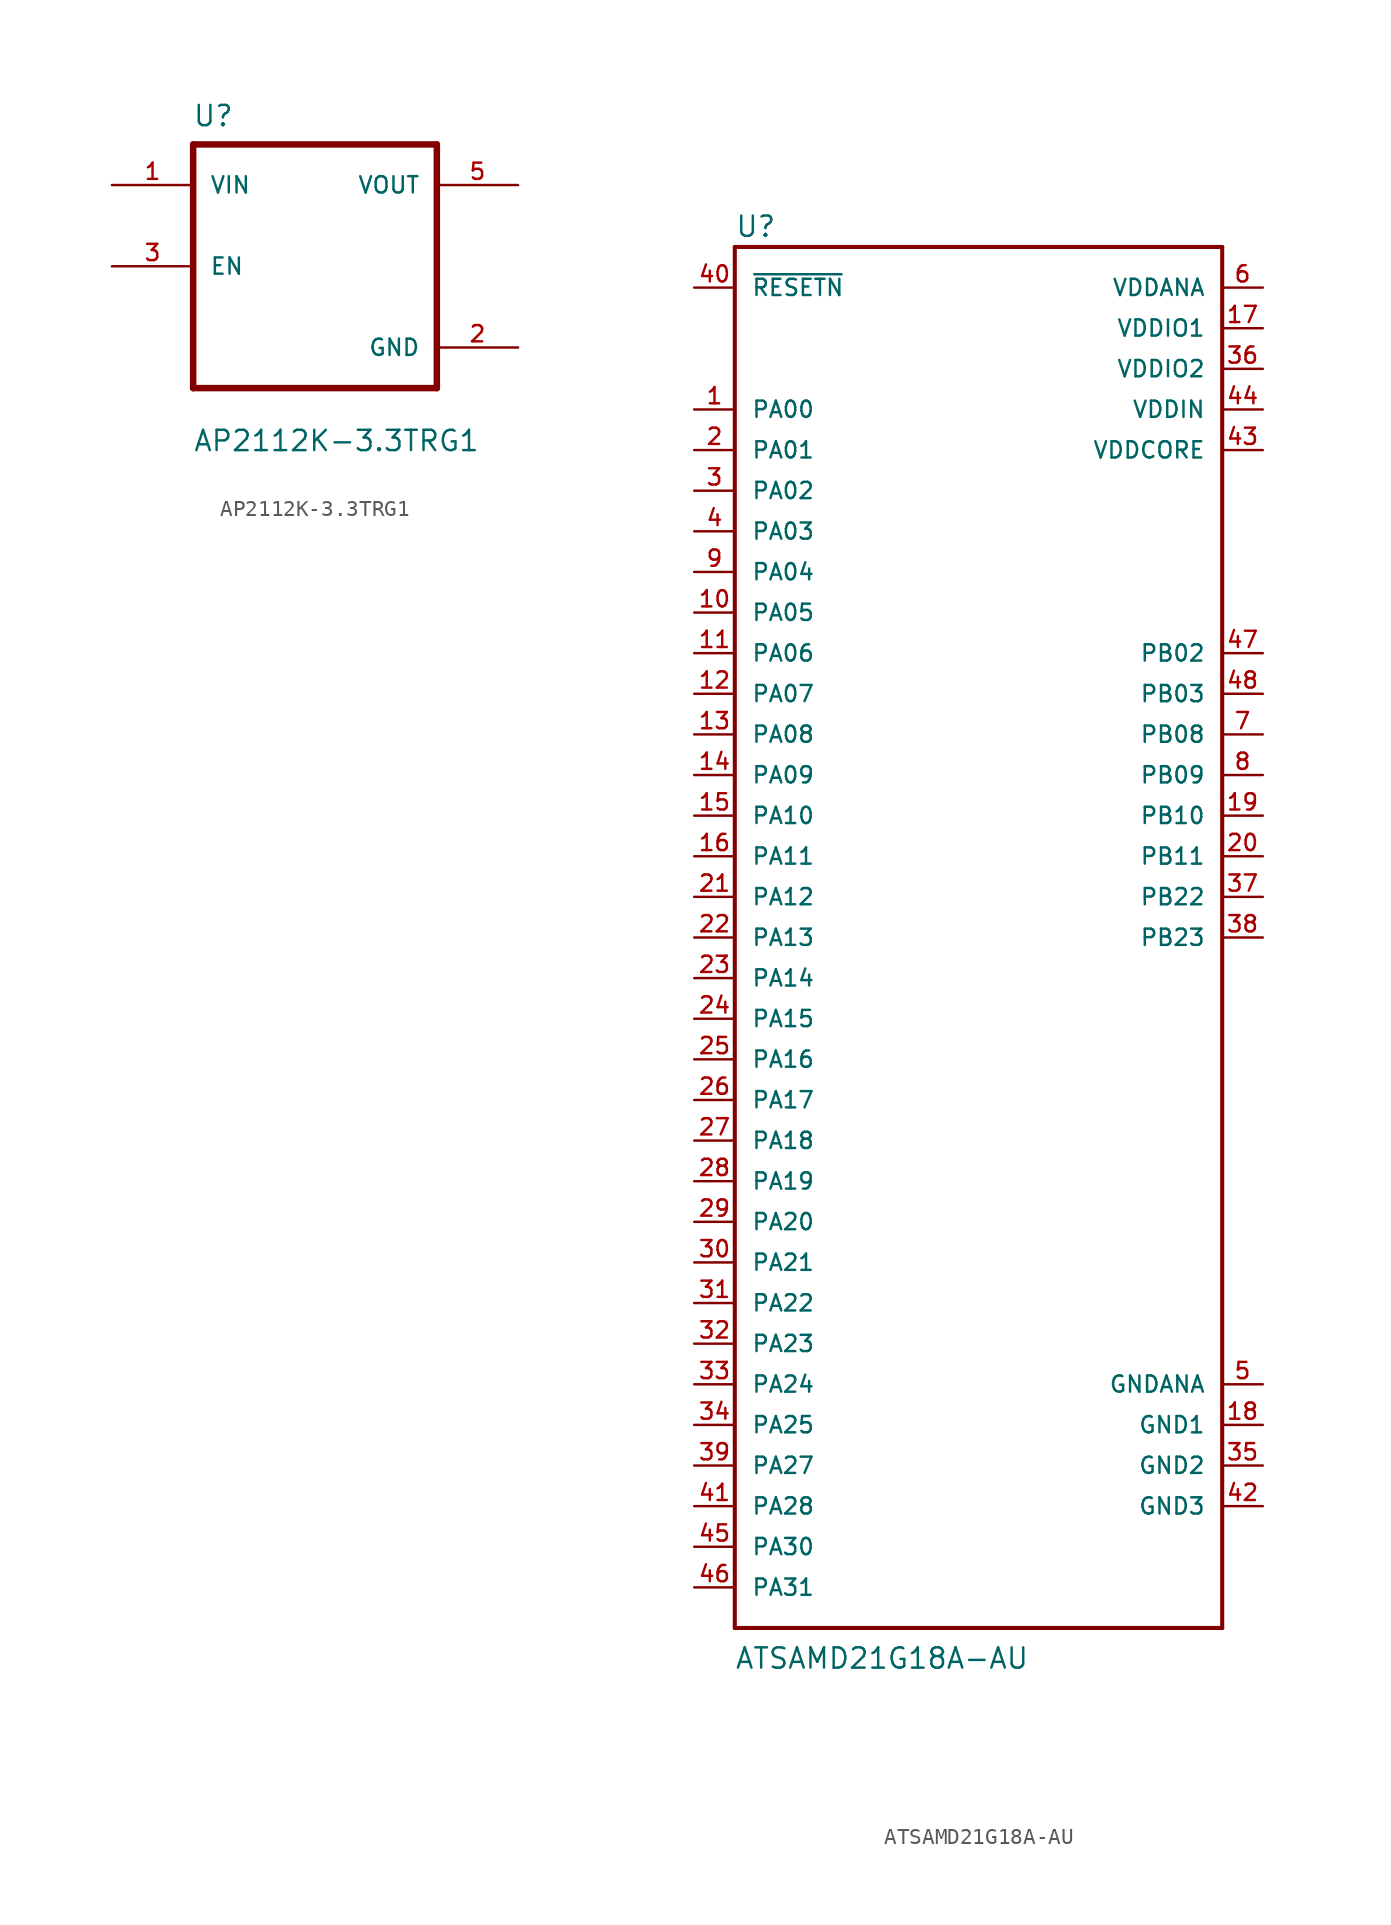
<source format=kicad_sym>
(kicad_symbol_lib
  (version 20211014)
  (generator kicad_symbol_editor)
  (symbol "AP2112K-3.3TRG1"
    (pin_names
      (offset 1.016))
    (property "Reference" "U"
      (at -7.671 8.661 0)
      (effects (font (size 1.27 1.27)) (justify left bottom)))
    (property "Value" "AP2112K-3.3TRG1"
      (at -7.645 -11.659 0)
      (effects (font (size 1.27 1.27)) (justify left bottom)))
    (property "ki_locked" ""
      (at 0 0 0)
      (effects (font (size 1.27 1.27))))
    (symbol "AP2112K-3.3TRG1_0_0"
      (polyline (pts (xy -7.62 -7.62) (xy -7.62 7.62)) (stroke (width 0.406) (type default) (color 0 0 0 0)) (fill (type none)))
      (polyline (pts (xy -7.62 7.62) (xy 7.62 7.62)) (stroke (width 0.406) (type default) (color 0 0 0 0)) (fill (type none)))
      (polyline (pts (xy 7.62 -7.62) (xy -7.62 -7.62)) (stroke (width 0.406) (type default) (color 0 0 0 0)) (fill (type none)))
      (polyline (pts (xy 7.62 7.62) (xy 7.62 -7.62)) (stroke (width 0.406) (type default) (color 0 0 0 0)) (fill (type none)))
      (pin power_in line (at -12.7 5.08 0) (length 5.08) (name "VIN" (effects (font (size 1.016 1.016)))) (number "1" (effects (font (size 1.016 1.016)))))
      (pin power_in line (at 12.7 -5.08 180) (length 5.08) (name "GND" (effects (font (size 1.016 1.016)))) (number "2" (effects (font (size 1.016 1.016)))))
      (pin input line (at -12.7 0 0) (length 5.08) (name "EN" (effects (font (size 1.016 1.016)))) (number "3" (effects (font (size 1.016 1.016)))))
      (pin power_in line (at 12.7 5.08 180) (length 5.08) (name "VOUT" (effects (font (size 1.016 1.016)))) (number "5" (effects (font (size 1.016 1.016)))))))
  (symbol "ATSAMD21G18A-AU"
    (pin_names
      (offset 1.016))
    (property "Reference" "U"
      (at -15.24 43.713 0)
      (effects (font (size 1.27 1.27)) (justify left bottom)))
    (property "Value" "ATSAMD21G18A-AU"
      (at -15.265 -45.822 0)
      (effects (font (size 1.27 1.27)) (justify left bottom)))
    (property "ki_locked" ""
      (at 0 0 0)
      (effects (font (size 1.27 1.27))))
    (symbol "ATSAMD21G18A-AU_0_0"
      (polyline (pts (xy -15.24 -43.18) (xy -15.24 43.18)) (stroke (width 0.254) (type default) (color 0 0 0 0)) (fill (type none)))
      (polyline (pts (xy -15.24 43.18) (xy 15.24 43.18)) (stroke (width 0.254) (type default) (color 0 0 0 0)) (fill (type none)))
      (polyline (pts (xy 15.24 -43.18) (xy -15.24 -43.18)) (stroke (width 0.254) (type default) (color 0 0 0 0)) (fill (type none)))
      (polyline (pts (xy 15.24 43.18) (xy 15.24 -43.18)) (stroke (width 0.254) (type default) (color 0 0 0 0)) (fill (type none)))
      (pin bidirectional line (at -17.78 33.02 0) (length 2.54) (name "PA00" (effects (font (size 1.016 1.016)))) (number "1" (effects (font (size 1.016 1.016)))))
      (pin bidirectional line (at -17.78 20.32 0) (length 2.54) (name "PA05" (effects (font (size 1.016 1.016)))) (number "10" (effects (font (size 1.016 1.016)))))
      (pin bidirectional line (at -17.78 17.78 0) (length 2.54) (name "PA06" (effects (font (size 1.016 1.016)))) (number "11" (effects (font (size 1.016 1.016)))))
      (pin bidirectional line (at -17.78 15.24 0) (length 2.54) (name "PA07" (effects (font (size 1.016 1.016)))) (number "12" (effects (font (size 1.016 1.016)))))
      (pin bidirectional line (at -17.78 12.7 0) (length 2.54) (name "PA08" (effects (font (size 1.016 1.016)))) (number "13" (effects (font (size 1.016 1.016)))))
      (pin bidirectional line (at -17.78 10.16 0) (length 2.54) (name "PA09" (effects (font (size 1.016 1.016)))) (number "14" (effects (font (size 1.016 1.016)))))
      (pin bidirectional line (at -17.78 7.62 0) (length 2.54) (name "PA10" (effects (font (size 1.016 1.016)))) (number "15" (effects (font (size 1.016 1.016)))))
      (pin bidirectional line (at -17.78 5.08 0) (length 2.54) (name "PA11" (effects (font (size 1.016 1.016)))) (number "16" (effects (font (size 1.016 1.016)))))
      (pin power_in line (at 17.78 38.1 180) (length 2.54) (name "VDDIO1" (effects (font (size 1.016 1.016)))) (number "17" (effects (font (size 1.016 1.016)))))
      (pin power_in line (at 17.78 -30.48 180) (length 2.54) (name "GND1" (effects (font (size 1.016 1.016)))) (number "18" (effects (font (size 1.016 1.016)))))
      (pin bidirectional line (at 17.78 7.62 180) (length 2.54) (name "PB10" (effects (font (size 1.016 1.016)))) (number "19" (effects (font (size 1.016 1.016)))))
      (pin bidirectional line (at -17.78 30.48 0) (length 2.54) (name "PA01" (effects (font (size 1.016 1.016)))) (number "2" (effects (font (size 1.016 1.016)))))
      (pin bidirectional line (at 17.78 5.08 180) (length 2.54) (name "PB11" (effects (font (size 1.016 1.016)))) (number "20" (effects (font (size 1.016 1.016)))))
      (pin bidirectional line (at -17.78 2.54 0) (length 2.54) (name "PA12" (effects (font (size 1.016 1.016)))) (number "21" (effects (font (size 1.016 1.016)))))
      (pin bidirectional line (at -17.78 0 0) (length 2.54) (name "PA13" (effects (font (size 1.016 1.016)))) (number "22" (effects (font (size 1.016 1.016)))))
      (pin bidirectional line (at -17.78 -2.54 0) (length 2.54) (name "PA14" (effects (font (size 1.016 1.016)))) (number "23" (effects (font (size 1.016 1.016)))))
      (pin bidirectional line (at -17.78 -5.08 0) (length 2.54) (name "PA15" (effects (font (size 1.016 1.016)))) (number "24" (effects (font (size 1.016 1.016)))))
      (pin bidirectional line (at -17.78 -7.62 0) (length 2.54) (name "PA16" (effects (font (size 1.016 1.016)))) (number "25" (effects (font (size 1.016 1.016)))))
      (pin bidirectional line (at -17.78 -10.16 0) (length 2.54) (name "PA17" (effects (font (size 1.016 1.016)))) (number "26" (effects (font (size 1.016 1.016)))))
      (pin bidirectional line (at -17.78 -12.7 0) (length 2.54) (name "PA18" (effects (font (size 1.016 1.016)))) (number "27" (effects (font (size 1.016 1.016)))))
      (pin bidirectional line (at -17.78 -15.24 0) (length 2.54) (name "PA19" (effects (font (size 1.016 1.016)))) (number "28" (effects (font (size 1.016 1.016)))))
      (pin bidirectional line (at -17.78 -17.78 0) (length 2.54) (name "PA20" (effects (font (size 1.016 1.016)))) (number "29" (effects (font (size 1.016 1.016)))))
      (pin bidirectional line (at -17.78 27.94 0) (length 2.54) (name "PA02" (effects (font (size 1.016 1.016)))) (number "3" (effects (font (size 1.016 1.016)))))
      (pin bidirectional line (at -17.78 -20.32 0) (length 2.54) (name "PA21" (effects (font (size 1.016 1.016)))) (number "30" (effects (font (size 1.016 1.016)))))
      (pin bidirectional line (at -17.78 -22.86 0) (length 2.54) (name "PA22" (effects (font (size 1.016 1.016)))) (number "31" (effects (font (size 1.016 1.016)))))
      (pin bidirectional line (at -17.78 -25.4 0) (length 2.54) (name "PA23" (effects (font (size 1.016 1.016)))) (number "32" (effects (font (size 1.016 1.016)))))
      (pin bidirectional line (at -17.78 -27.94 0) (length 2.54) (name "PA24" (effects (font (size 1.016 1.016)))) (number "33" (effects (font (size 1.016 1.016)))))
      (pin bidirectional line (at -17.78 -30.48 0) (length 2.54) (name "PA25" (effects (font (size 1.016 1.016)))) (number "34" (effects (font (size 1.016 1.016)))))
      (pin power_in line (at 17.78 -33.02 180) (length 2.54) (name "GND2" (effects (font (size 1.016 1.016)))) (number "35" (effects (font (size 1.016 1.016)))))
      (pin power_in line (at 17.78 35.56 180) (length 2.54) (name "VDDIO2" (effects (font (size 1.016 1.016)))) (number "36" (effects (font (size 1.016 1.016)))))
      (pin bidirectional line (at 17.78 2.54 180) (length 2.54) (name "PB22" (effects (font (size 1.016 1.016)))) (number "37" (effects (font (size 1.016 1.016)))))
      (pin bidirectional line (at 17.78 0 180) (length 2.54) (name "PB23" (effects (font (size 1.016 1.016)))) (number "38" (effects (font (size 1.016 1.016)))))
      (pin bidirectional line (at -17.78 -33.02 0) (length 2.54) (name "PA27" (effects (font (size 1.016 1.016)))) (number "39" (effects (font (size 1.016 1.016)))))
      (pin bidirectional line (at -17.78 25.4 0) (length 2.54) (name "PA03" (effects (font (size 1.016 1.016)))) (number "4" (effects (font (size 1.016 1.016)))))
      (pin input line (at -17.78 40.64 0) (length 2.54) (name "~{RESETN}" (effects (font (size 1.016 1.016)))) (number "40" (effects (font (size 1.016 1.016)))))
      (pin bidirectional line (at -17.78 -35.56 0) (length 2.54) (name "PA28" (effects (font (size 1.016 1.016)))) (number "41" (effects (font (size 1.016 1.016)))))
      (pin power_in line (at 17.78 -35.56 180) (length 2.54) (name "GND3" (effects (font (size 1.016 1.016)))) (number "42" (effects (font (size 1.016 1.016)))))
      (pin power_in line (at 17.78 30.48 180) (length 2.54) (name "VDDCORE" (effects (font (size 1.016 1.016)))) (number "43" (effects (font (size 1.016 1.016)))))
      (pin power_in line (at 17.78 33.02 180) (length 2.54) (name "VDDIN" (effects (font (size 1.016 1.016)))) (number "44" (effects (font (size 1.016 1.016)))))
      (pin bidirectional line (at -17.78 -38.1 0) (length 2.54) (name "PA30" (effects (font (size 1.016 1.016)))) (number "45" (effects (font (size 1.016 1.016)))))
      (pin bidirectional line (at -17.78 -40.64 0) (length 2.54) (name "PA31" (effects (font (size 1.016 1.016)))) (number "46" (effects (font (size 1.016 1.016)))))
      (pin bidirectional line (at 17.78 17.78 180) (length 2.54) (name "PB02" (effects (font (size 1.016 1.016)))) (number "47" (effects (font (size 1.016 1.016)))))
      (pin bidirectional line (at 17.78 15.24 180) (length 2.54) (name "PB03" (effects (font (size 1.016 1.016)))) (number "48" (effects (font (size 1.016 1.016)))))
      (pin power_in line (at 17.78 -27.94 180) (length 2.54) (name "GNDANA" (effects (font (size 1.016 1.016)))) (number "5" (effects (font (size 1.016 1.016)))))
      (pin power_in line (at 17.78 40.64 180) (length 2.54) (name "VDDANA" (effects (font (size 1.016 1.016)))) (number "6" (effects (font (size 1.016 1.016)))))
      (pin bidirectional line (at 17.78 12.7 180) (length 2.54) (name "PB08" (effects (font (size 1.016 1.016)))) (number "7" (effects (font (size 1.016 1.016)))))
      (pin bidirectional line (at 17.78 10.16 180) (length 2.54) (name "PB09" (effects (font (size 1.016 1.016)))) (number "8" (effects (font (size 1.016 1.016)))))
      (pin bidirectional line (at -17.78 22.86 0) (length 2.54) (name "PA04" (effects (font (size 1.016 1.016)))) (number "9" (effects (font (size 1.016 1.016))))))))
</source>
